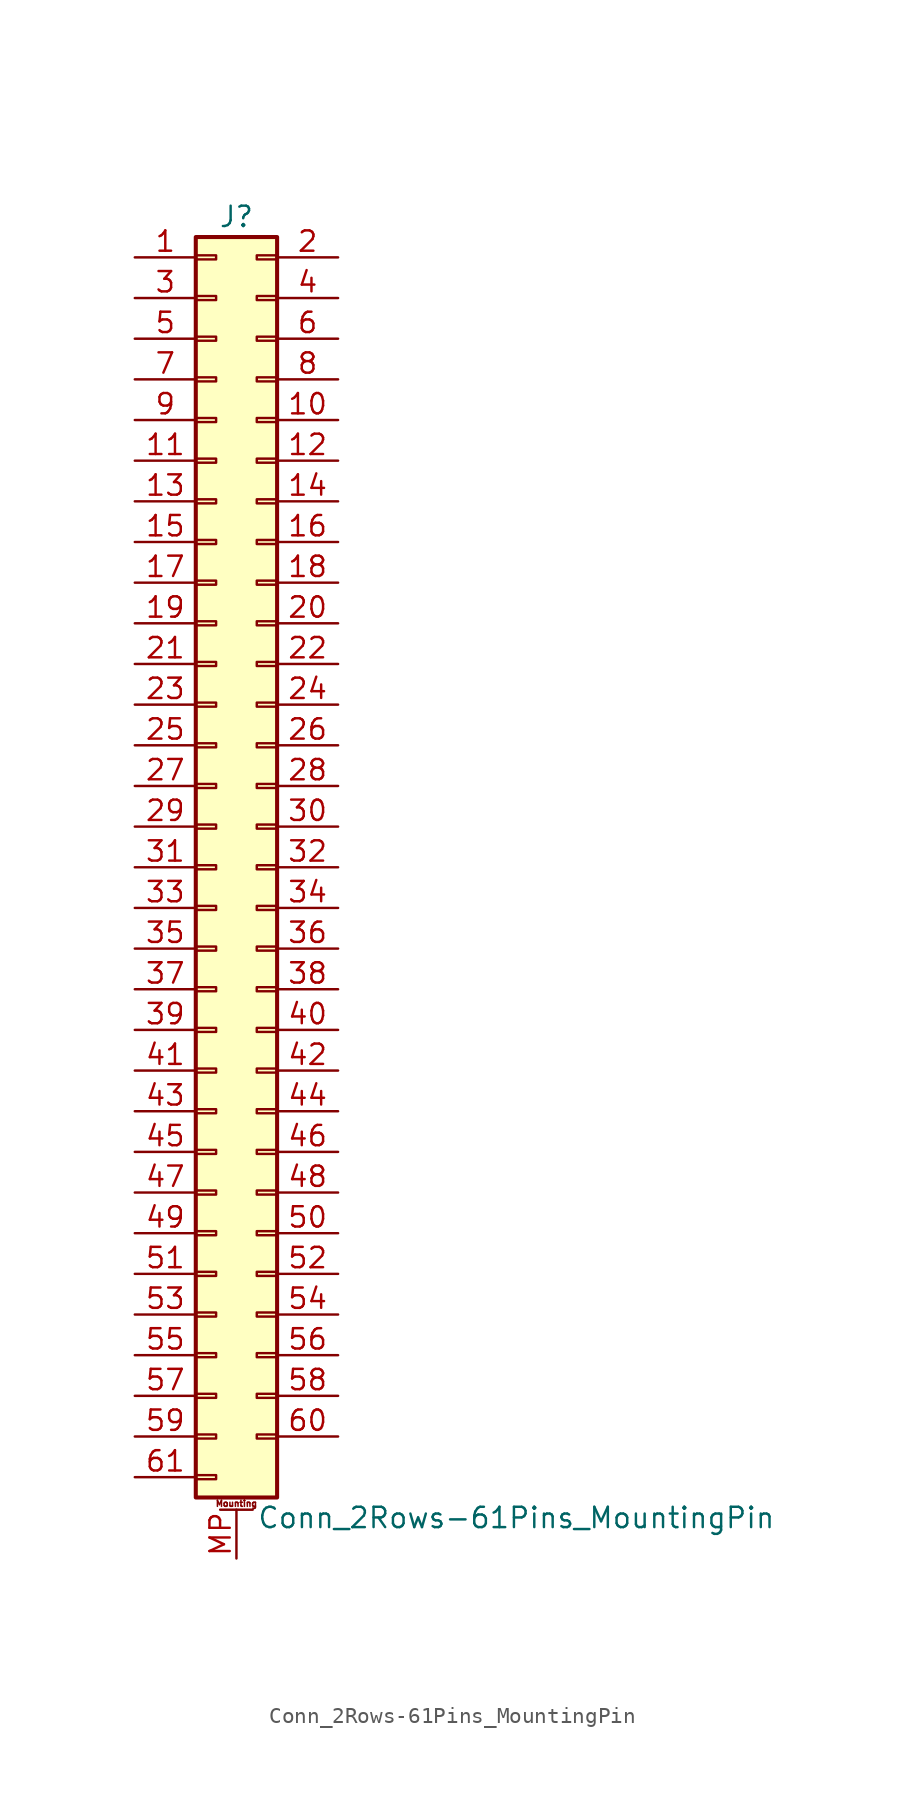
<source format=kicad_sym>
(kicad_symbol_lib
  (version 20220914)
  (generator kicad_symbol_editor)
  (symbol "Conn_2Rows-61Pins_MountingPin"
    (pin_names
      (offset 1.016) hide)
    (property "Reference" "J"
      (at 1.27 40.64 0)
      (effects (font (size 1.27 1.27))))
    (property "Value" "Conn_2Rows-61Pins_MountingPin"
      (at 2.54 -40.64 0)
      (effects (font (size 1.27 1.27)) (justify left)))
    (symbol "Conn_2Rows-61Pins_MountingPin_1_1"
      (rectangle (start -1.27 -37.973) (end 0 -38.227) (stroke (width 0.152) (type default)) (fill (type none)))
      (rectangle (start -1.27 -35.433) (end 0 -35.687) (stroke (width 0.152) (type default)) (fill (type none)))
      (rectangle (start -1.27 -32.893) (end 0 -33.147) (stroke (width 0.152) (type default)) (fill (type none)))
      (rectangle (start -1.27 -30.353) (end 0 -30.607) (stroke (width 0.152) (type default)) (fill (type none)))
      (rectangle (start -1.27 -27.813) (end 0 -28.067) (stroke (width 0.152) (type default)) (fill (type none)))
      (rectangle (start -1.27 -25.273) (end 0 -25.527) (stroke (width 0.152) (type default)) (fill (type none)))
      (rectangle (start -1.27 -22.733) (end 0 -22.987) (stroke (width 0.152) (type default)) (fill (type none)))
      (rectangle (start -1.27 -20.193) (end 0 -20.447) (stroke (width 0.152) (type default)) (fill (type none)))
      (rectangle (start -1.27 -17.653) (end 0 -17.907) (stroke (width 0.152) (type default)) (fill (type none)))
      (rectangle (start -1.27 -15.113) (end 0 -15.367) (stroke (width 0.152) (type default)) (fill (type none)))
      (rectangle (start -1.27 -12.573) (end 0 -12.827) (stroke (width 0.152) (type default)) (fill (type none)))
      (rectangle (start -1.27 -10.033) (end 0 -10.287) (stroke (width 0.152) (type default)) (fill (type none)))
      (rectangle (start -1.27 -7.493) (end 0 -7.747) (stroke (width 0.152) (type default)) (fill (type none)))
      (rectangle (start -1.27 -4.953) (end 0 -5.207) (stroke (width 0.152) (type default)) (fill (type none)))
      (rectangle (start -1.27 -2.413) (end 0 -2.667) (stroke (width 0.152) (type default)) (fill (type none)))
      (rectangle (start -1.27 0.127) (end 0 -0.127) (stroke (width 0.152) (type default)) (fill (type none)))
      (rectangle (start -1.27 2.667) (end 0 2.413) (stroke (width 0.152) (type default)) (fill (type none)))
      (rectangle (start -1.27 5.207) (end 0 4.953) (stroke (width 0.152) (type default)) (fill (type none)))
      (rectangle (start -1.27 7.747) (end 0 7.493) (stroke (width 0.152) (type default)) (fill (type none)))
      (rectangle (start -1.27 10.287) (end 0 10.033) (stroke (width 0.152) (type default)) (fill (type none)))
      (rectangle (start -1.27 12.827) (end 0 12.573) (stroke (width 0.152) (type default)) (fill (type none)))
      (rectangle (start -1.27 15.367) (end 0 15.113) (stroke (width 0.152) (type default)) (fill (type none)))
      (rectangle (start -1.27 17.907) (end 0 17.653) (stroke (width 0.152) (type default)) (fill (type none)))
      (rectangle (start -1.27 20.447) (end 0 20.193) (stroke (width 0.152) (type default)) (fill (type none)))
      (rectangle (start -1.27 22.987) (end 0 22.733) (stroke (width 0.152) (type default)) (fill (type none)))
      (rectangle (start -1.27 25.527) (end 0 25.273) (stroke (width 0.152) (type default)) (fill (type none)))
      (rectangle (start -1.27 28.067) (end 0 27.813) (stroke (width 0.152) (type default)) (fill (type none)))
      (rectangle (start -1.27 30.607) (end 0 30.353) (stroke (width 0.152) (type default)) (fill (type none)))
      (rectangle (start -1.27 33.147) (end 0 32.893) (stroke (width 0.152) (type default)) (fill (type none)))
      (rectangle (start -1.27 35.687) (end 0 35.433) (stroke (width 0.152) (type default)) (fill (type none)))
      (rectangle (start -1.27 38.227) (end 0 37.973) (stroke (width 0.152) (type default)) (fill (type none)))
      (rectangle (start -1.27 39.37) (end 3.81 -39.37) (stroke (width 0.254) (type default)) (fill (type background)))
      (polyline (pts (xy 0.254 -40.132) (xy 2.286 -40.132)) (stroke (width 0.152) (type default)) (fill (type none)))
      (rectangle (start 3.81 -35.433) (end 2.54 -35.687) (stroke (width 0.152) (type default)) (fill (type none)))
      (rectangle (start 3.81 -32.893) (end 2.54 -33.147) (stroke (width 0.152) (type default)) (fill (type none)))
      (rectangle (start 3.81 -30.353) (end 2.54 -30.607) (stroke (width 0.152) (type default)) (fill (type none)))
      (rectangle (start 3.81 -27.813) (end 2.54 -28.067) (stroke (width 0.152) (type default)) (fill (type none)))
      (rectangle (start 3.81 -25.273) (end 2.54 -25.527) (stroke (width 0.152) (type default)) (fill (type none)))
      (rectangle (start 3.81 -22.733) (end 2.54 -22.987) (stroke (width 0.152) (type default)) (fill (type none)))
      (rectangle (start 3.81 -20.193) (end 2.54 -20.447) (stroke (width 0.152) (type default)) (fill (type none)))
      (rectangle (start 3.81 -17.653) (end 2.54 -17.907) (stroke (width 0.152) (type default)) (fill (type none)))
      (rectangle (start 3.81 -15.113) (end 2.54 -15.367) (stroke (width 0.152) (type default)) (fill (type none)))
      (rectangle (start 3.81 -12.573) (end 2.54 -12.827) (stroke (width 0.152) (type default)) (fill (type none)))
      (rectangle (start 3.81 -10.033) (end 2.54 -10.287) (stroke (width 0.152) (type default)) (fill (type none)))
      (rectangle (start 3.81 -7.493) (end 2.54 -7.747) (stroke (width 0.152) (type default)) (fill (type none)))
      (rectangle (start 3.81 -4.953) (end 2.54 -5.207) (stroke (width 0.152) (type default)) (fill (type none)))
      (rectangle (start 3.81 -2.413) (end 2.54 -2.667) (stroke (width 0.152) (type default)) (fill (type none)))
      (rectangle (start 3.81 0.127) (end 2.54 -0.127) (stroke (width 0.152) (type default)) (fill (type none)))
      (rectangle (start 3.81 2.667) (end 2.54 2.413) (stroke (width 0.152) (type default)) (fill (type none)))
      (rectangle (start 3.81 5.207) (end 2.54 4.953) (stroke (width 0.152) (type default)) (fill (type none)))
      (rectangle (start 3.81 7.747) (end 2.54 7.493) (stroke (width 0.152) (type default)) (fill (type none)))
      (rectangle (start 3.81 10.287) (end 2.54 10.033) (stroke (width 0.152) (type default)) (fill (type none)))
      (rectangle (start 3.81 12.827) (end 2.54 12.573) (stroke (width 0.152) (type default)) (fill (type none)))
      (rectangle (start 3.81 15.367) (end 2.54 15.113) (stroke (width 0.152) (type default)) (fill (type none)))
      (rectangle (start 3.81 17.907) (end 2.54 17.653) (stroke (width 0.152) (type default)) (fill (type none)))
      (rectangle (start 3.81 20.447) (end 2.54 20.193) (stroke (width 0.152) (type default)) (fill (type none)))
      (rectangle (start 3.81 22.987) (end 2.54 22.733) (stroke (width 0.152) (type default)) (fill (type none)))
      (rectangle (start 3.81 25.527) (end 2.54 25.273) (stroke (width 0.152) (type default)) (fill (type none)))
      (rectangle (start 3.81 28.067) (end 2.54 27.813) (stroke (width 0.152) (type default)) (fill (type none)))
      (rectangle (start 3.81 30.607) (end 2.54 30.353) (stroke (width 0.152) (type default)) (fill (type none)))
      (rectangle (start 3.81 33.147) (end 2.54 32.893) (stroke (width 0.152) (type default)) (fill (type none)))
      (rectangle (start 3.81 35.687) (end 2.54 35.433) (stroke (width 0.152) (type default)) (fill (type none)))
      (rectangle (start 3.81 38.227) (end 2.54 37.973) (stroke (width 0.152) (type default)) (fill (type none)))
      (text "Mounting" (at 1.27 -39.751 0) (effects (font (size 0.381 0.381))))
      (pin passive line (at -5.08 38.1 0) (length 3.81) (name "Pin_1" (effects (font (size 1.27 1.27)))) (number "1" (effects (font (size 1.27 1.27)))))
      (pin passive line (at 7.62 27.94 180) (length 3.81) (name "Pin_10" (effects (font (size 1.27 1.27)))) (number "10" (effects (font (size 1.27 1.27)))))
      (pin passive line (at -5.08 25.4 0) (length 3.81) (name "Pin_11" (effects (font (size 1.27 1.27)))) (number "11" (effects (font (size 1.27 1.27)))))
      (pin passive line (at 7.62 25.4 180) (length 3.81) (name "Pin_12" (effects (font (size 1.27 1.27)))) (number "12" (effects (font (size 1.27 1.27)))))
      (pin passive line (at -5.08 22.86 0) (length 3.81) (name "Pin_13" (effects (font (size 1.27 1.27)))) (number "13" (effects (font (size 1.27 1.27)))))
      (pin passive line (at 7.62 22.86 180) (length 3.81) (name "Pin_14" (effects (font (size 1.27 1.27)))) (number "14" (effects (font (size 1.27 1.27)))))
      (pin passive line (at -5.08 20.32 0) (length 3.81) (name "Pin_15" (effects (font (size 1.27 1.27)))) (number "15" (effects (font (size 1.27 1.27)))))
      (pin passive line (at 7.62 20.32 180) (length 3.81) (name "Pin_16" (effects (font (size 1.27 1.27)))) (number "16" (effects (font (size 1.27 1.27)))))
      (pin passive line (at -5.08 17.78 0) (length 3.81) (name "Pin_17" (effects (font (size 1.27 1.27)))) (number "17" (effects (font (size 1.27 1.27)))))
      (pin passive line (at 7.62 17.78 180) (length 3.81) (name "Pin_18" (effects (font (size 1.27 1.27)))) (number "18" (effects (font (size 1.27 1.27)))))
      (pin passive line (at -5.08 15.24 0) (length 3.81) (name "Pin_19" (effects (font (size 1.27 1.27)))) (number "19" (effects (font (size 1.27 1.27)))))
      (pin passive line (at 7.62 38.1 180) (length 3.81) (name "Pin_2" (effects (font (size 1.27 1.27)))) (number "2" (effects (font (size 1.27 1.27)))))
      (pin passive line (at 7.62 15.24 180) (length 3.81) (name "Pin_20" (effects (font (size 1.27 1.27)))) (number "20" (effects (font (size 1.27 1.27)))))
      (pin passive line (at -5.08 12.7 0) (length 3.81) (name "Pin_21" (effects (font (size 1.27 1.27)))) (number "21" (effects (font (size 1.27 1.27)))))
      (pin passive line (at 7.62 12.7 180) (length 3.81) (name "Pin_22" (effects (font (size 1.27 1.27)))) (number "22" (effects (font (size 1.27 1.27)))))
      (pin passive line (at -5.08 10.16 0) (length 3.81) (name "Pin_23" (effects (font (size 1.27 1.27)))) (number "23" (effects (font (size 1.27 1.27)))))
      (pin passive line (at 7.62 10.16 180) (length 3.81) (name "Pin_24" (effects (font (size 1.27 1.27)))) (number "24" (effects (font (size 1.27 1.27)))))
      (pin passive line (at -5.08 7.62 0) (length 3.81) (name "Pin_25" (effects (font (size 1.27 1.27)))) (number "25" (effects (font (size 1.27 1.27)))))
      (pin passive line (at 7.62 7.62 180) (length 3.81) (name "Pin_26" (effects (font (size 1.27 1.27)))) (number "26" (effects (font (size 1.27 1.27)))))
      (pin passive line (at -5.08 5.08 0) (length 3.81) (name "Pin_27" (effects (font (size 1.27 1.27)))) (number "27" (effects (font (size 1.27 1.27)))))
      (pin passive line (at 7.62 5.08 180) (length 3.81) (name "Pin_28" (effects (font (size 1.27 1.27)))) (number "28" (effects (font (size 1.27 1.27)))))
      (pin passive line (at -5.08 2.54 0) (length 3.81) (name "Pin_29" (effects (font (size 1.27 1.27)))) (number "29" (effects (font (size 1.27 1.27)))))
      (pin passive line (at -5.08 35.56 0) (length 3.81) (name "Pin_3" (effects (font (size 1.27 1.27)))) (number "3" (effects (font (size 1.27 1.27)))))
      (pin passive line (at 7.62 2.54 180) (length 3.81) (name "Pin_30" (effects (font (size 1.27 1.27)))) (number "30" (effects (font (size 1.27 1.27)))))
      (pin passive line (at -5.08 0 0) (length 3.81) (name "Pin_31" (effects (font (size 1.27 1.27)))) (number "31" (effects (font (size 1.27 1.27)))))
      (pin passive line (at 7.62 0 180) (length 3.81) (name "Pin_32" (effects (font (size 1.27 1.27)))) (number "32" (effects (font (size 1.27 1.27)))))
      (pin passive line (at -5.08 -2.54 0) (length 3.81) (name "Pin_33" (effects (font (size 1.27 1.27)))) (number "33" (effects (font (size 1.27 1.27)))))
      (pin passive line (at 7.62 -2.54 180) (length 3.81) (name "Pin_34" (effects (font (size 1.27 1.27)))) (number "34" (effects (font (size 1.27 1.27)))))
      (pin passive line (at -5.08 -5.08 0) (length 3.81) (name "Pin_35" (effects (font (size 1.27 1.27)))) (number "35" (effects (font (size 1.27 1.27)))))
      (pin passive line (at 7.62 -5.08 180) (length 3.81) (name "Pin_36" (effects (font (size 1.27 1.27)))) (number "36" (effects (font (size 1.27 1.27)))))
      (pin passive line (at -5.08 -7.62 0) (length 3.81) (name "Pin_37" (effects (font (size 1.27 1.27)))) (number "37" (effects (font (size 1.27 1.27)))))
      (pin passive line (at 7.62 -7.62 180) (length 3.81) (name "Pin_38" (effects (font (size 1.27 1.27)))) (number "38" (effects (font (size 1.27 1.27)))))
      (pin passive line (at -5.08 -10.16 0) (length 3.81) (name "Pin_39" (effects (font (size 1.27 1.27)))) (number "39" (effects (font (size 1.27 1.27)))))
      (pin passive line (at 7.62 35.56 180) (length 3.81) (name "Pin_4" (effects (font (size 1.27 1.27)))) (number "4" (effects (font (size 1.27 1.27)))))
      (pin passive line (at 7.62 -10.16 180) (length 3.81) (name "Pin_40" (effects (font (size 1.27 1.27)))) (number "40" (effects (font (size 1.27 1.27)))))
      (pin passive line (at -5.08 -12.7 0) (length 3.81) (name "Pin_41" (effects (font (size 1.27 1.27)))) (number "41" (effects (font (size 1.27 1.27)))))
      (pin passive line (at 7.62 -12.7 180) (length 3.81) (name "Pin_42" (effects (font (size 1.27 1.27)))) (number "42" (effects (font (size 1.27 1.27)))))
      (pin passive line (at -5.08 -15.24 0) (length 3.81) (name "Pin_43" (effects (font (size 1.27 1.27)))) (number "43" (effects (font (size 1.27 1.27)))))
      (pin passive line (at 7.62 -15.24 180) (length 3.81) (name "Pin_44" (effects (font (size 1.27 1.27)))) (number "44" (effects (font (size 1.27 1.27)))))
      (pin passive line (at -5.08 -17.78 0) (length 3.81) (name "Pin_45" (effects (font (size 1.27 1.27)))) (number "45" (effects (font (size 1.27 1.27)))))
      (pin passive line (at 7.62 -17.78 180) (length 3.81) (name "Pin_46" (effects (font (size 1.27 1.27)))) (number "46" (effects (font (size 1.27 1.27)))))
      (pin passive line (at -5.08 -20.32 0) (length 3.81) (name "Pin_47" (effects (font (size 1.27 1.27)))) (number "47" (effects (font (size 1.27 1.27)))))
      (pin passive line (at 7.62 -20.32 180) (length 3.81) (name "Pin_48" (effects (font (size 1.27 1.27)))) (number "48" (effects (font (size 1.27 1.27)))))
      (pin passive line (at -5.08 -22.86 0) (length 3.81) (name "Pin_49" (effects (font (size 1.27 1.27)))) (number "49" (effects (font (size 1.27 1.27)))))
      (pin passive line (at -5.08 33.02 0) (length 3.81) (name "Pin_5" (effects (font (size 1.27 1.27)))) (number "5" (effects (font (size 1.27 1.27)))))
      (pin passive line (at 7.62 -22.86 180) (length 3.81) (name "Pin_50" (effects (font (size 1.27 1.27)))) (number "50" (effects (font (size 1.27 1.27)))))
      (pin passive line (at -5.08 -25.4 0) (length 3.81) (name "Pin_51" (effects (font (size 1.27 1.27)))) (number "51" (effects (font (size 1.27 1.27)))))
      (pin passive line (at 7.62 -25.4 180) (length 3.81) (name "Pin_52" (effects (font (size 1.27 1.27)))) (number "52" (effects (font (size 1.27 1.27)))))
      (pin passive line (at -5.08 -27.94 0) (length 3.81) (name "Pin_53" (effects (font (size 1.27 1.27)))) (number "53" (effects (font (size 1.27 1.27)))))
      (pin passive line (at 7.62 -27.94 180) (length 3.81) (name "Pin_54" (effects (font (size 1.27 1.27)))) (number "54" (effects (font (size 1.27 1.27)))))
      (pin passive line (at -5.08 -30.48 0) (length 3.81) (name "Pin_55" (effects (font (size 1.27 1.27)))) (number "55" (effects (font (size 1.27 1.27)))))
      (pin passive line (at 7.62 -30.48 180) (length 3.81) (name "Pin_56" (effects (font (size 1.27 1.27)))) (number "56" (effects (font (size 1.27 1.27)))))
      (pin passive line (at -5.08 -33.02 0) (length 3.81) (name "Pin_57" (effects (font (size 1.27 1.27)))) (number "57" (effects (font (size 1.27 1.27)))))
      (pin passive line (at 7.62 -33.02 180) (length 3.81) (name "Pin_58" (effects (font (size 1.27 1.27)))) (number "58" (effects (font (size 1.27 1.27)))))
      (pin passive line (at -5.08 -35.56 0) (length 3.81) (name "Pin_59" (effects (font (size 1.27 1.27)))) (number "59" (effects (font (size 1.27 1.27)))))
      (pin passive line (at 7.62 33.02 180) (length 3.81) (name "Pin_6" (effects (font (size 1.27 1.27)))) (number "6" (effects (font (size 1.27 1.27)))))
      (pin passive line (at 7.62 -35.56 180) (length 3.81) (name "Pin_60" (effects (font (size 1.27 1.27)))) (number "60" (effects (font (size 1.27 1.27)))))
      (pin passive line (at -5.08 -38.1 0) (length 3.81) (name "Pin_61" (effects (font (size 1.27 1.27)))) (number "61" (effects (font (size 1.27 1.27)))))
      (pin passive line (at -5.08 30.48 0) (length 3.81) (name "Pin_7" (effects (font (size 1.27 1.27)))) (number "7" (effects (font (size 1.27 1.27)))))
      (pin passive line (at 7.62 30.48 180) (length 3.81) (name "Pin_8" (effects (font (size 1.27 1.27)))) (number "8" (effects (font (size 1.27 1.27)))))
      (pin passive line (at -5.08 27.94 0) (length 3.81) (name "Pin_9" (effects (font (size 1.27 1.27)))) (number "9" (effects (font (size 1.27 1.27)))))
      (pin passive line (at 1.27 -43.18 90) (length 3.048) (name "MountPin" (effects (font (size 1.27 1.27)))) (number "MP" (effects (font (size 1.27 1.27))))))))
</source>
